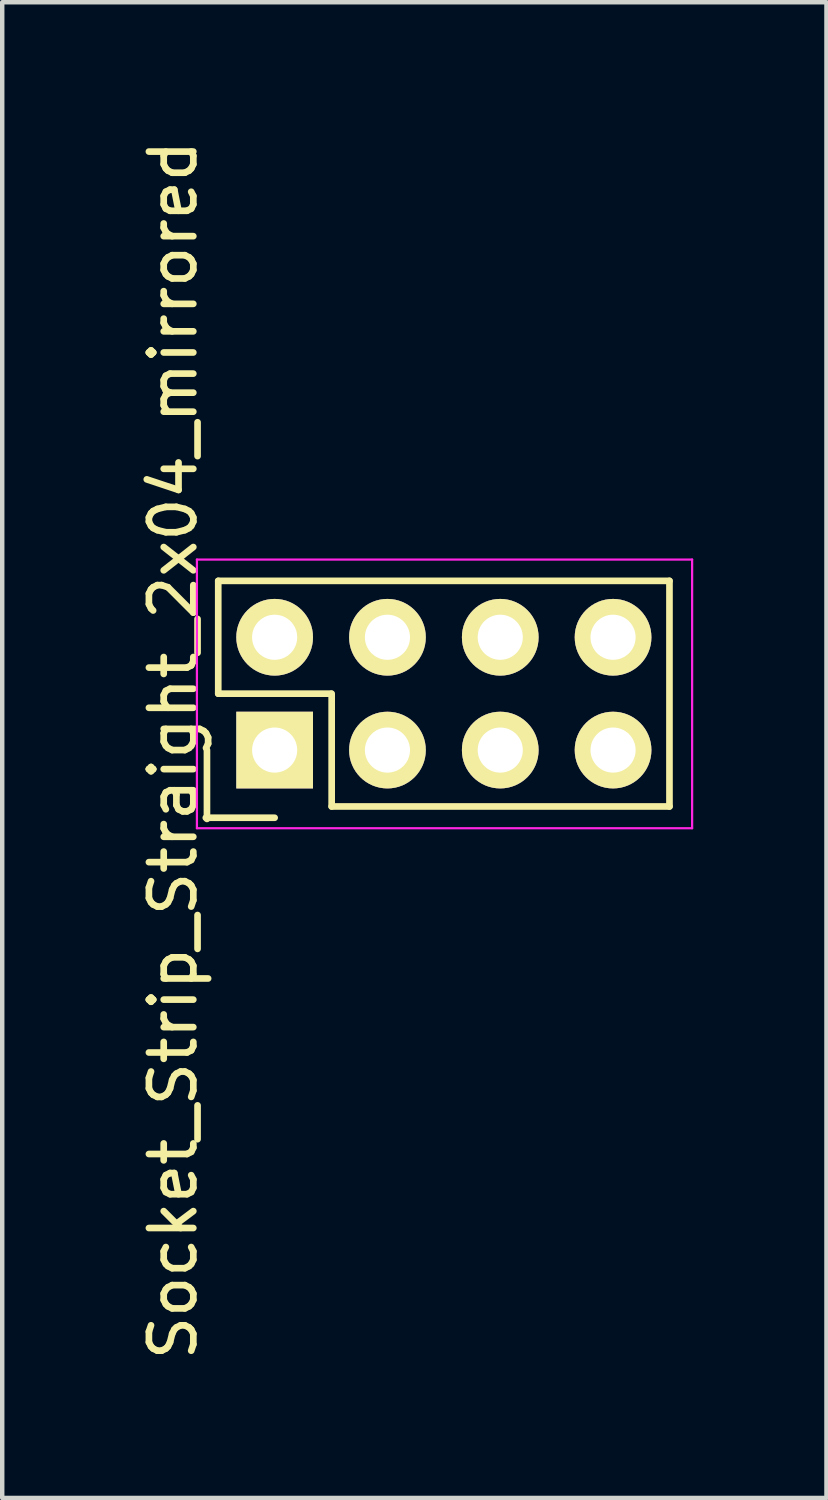
<source format=kicad_pcb>
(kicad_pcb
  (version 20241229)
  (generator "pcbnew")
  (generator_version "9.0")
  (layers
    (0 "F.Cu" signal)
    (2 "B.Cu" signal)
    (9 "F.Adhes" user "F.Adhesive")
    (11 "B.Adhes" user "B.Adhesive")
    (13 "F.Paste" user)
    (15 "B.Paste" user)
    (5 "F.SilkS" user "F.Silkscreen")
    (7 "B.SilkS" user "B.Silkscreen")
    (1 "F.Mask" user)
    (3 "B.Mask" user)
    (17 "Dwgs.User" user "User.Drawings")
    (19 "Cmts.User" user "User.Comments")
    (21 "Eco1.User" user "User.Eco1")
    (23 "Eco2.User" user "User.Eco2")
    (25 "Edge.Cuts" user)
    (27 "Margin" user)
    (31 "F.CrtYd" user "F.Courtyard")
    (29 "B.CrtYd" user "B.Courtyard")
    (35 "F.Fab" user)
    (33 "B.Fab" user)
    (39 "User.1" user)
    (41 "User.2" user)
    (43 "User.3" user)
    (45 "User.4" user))
  (footprint "Socket_Strip_Straight_2x04_mirrored"
    (layer "F.Cu")
    (at 3.134 11.299)
    (property "Reference" "Socket_Strip_Straight_2x04_mirrored" (at -2.286 2.54 270) (layer "F.SilkS") (effects (font (size 1 1) (thickness 0.15))))
    (attr through_hole)
    (fp_line (start -1.524 2.54) (end -1.524 4.09) (stroke (width 0.15) (type solid)) (layer "F.SilkS"))
    (fp_line (start -1.27 -1.27) (end 8.89 -1.27) (stroke (width 0.15) (type solid)) (layer "F.SilkS"))
    (fp_line (start -1.27 1.27) (end -1.27 -1.27) (stroke (width 0.15) (type solid)) (layer "F.SilkS"))
    (fp_line (start -1.27 1.27) (end 1.27 1.27) (stroke (width 0.15) (type solid)) (layer "F.SilkS"))
    (fp_line (start 0 4.064) (end -1.55 4.064) (stroke (width 0.15) (type solid)) (layer "F.SilkS"))
    (fp_line (start 1.284 3.81) (end 1.284 1.27) (stroke (width 0.15) (type solid)) (layer "F.SilkS"))
    (fp_line (start 8.89 -1.27) (end 8.89 3.81) (stroke (width 0.15) (type solid)) (layer "F.SilkS"))
    (fp_line (start 8.89 3.81) (end 1.284 3.81) (stroke (width 0.15) (type solid)) (layer "F.SilkS"))
    (fp_line (start -1.75 -1.75) (end -1.75 4.3) (stroke (width 0.05) (type solid)) (layer "F.CrtYd"))
    (fp_line (start -1.75 -1.75) (end 9.4 -1.75) (stroke (width 0.05) (type solid)) (layer "F.CrtYd"))
    (fp_line (start -1.75 4.3) (end 9.4 4.3) (stroke (width 0.05) (type solid)) (layer "F.CrtYd"))
    (fp_line (start 9.4 -1.75) (end 9.4 4.3) (stroke (width 0.05) (type solid)) (layer "F.CrtYd"))
    (pad "1" thru_hole rect (at 0 2.54) (size 1.727 1.727) (drill 1.016) (layers "*.Cu" "*.Mask" "F.SilkS"))
    (pad "2" thru_hole circle (at 0 0) (size 1.727 1.727) (drill 1.016) (layers "*.Cu" "*.Mask" "F.SilkS"))
    (pad "3" thru_hole oval (at 2.54 2.54) (size 1.727 1.727) (drill 1.016) (layers "*.Cu" "*.Mask" "F.SilkS"))
    (pad "4" thru_hole oval (at 2.54 0) (size 1.727 1.727) (drill 1.016) (layers "*.Cu" "*.Mask" "F.SilkS"))
    (pad "5" thru_hole oval (at 5.08 2.54) (size 1.727 1.727) (drill 1.016) (layers "*.Cu" "*.Mask" "F.SilkS"))
    (pad "6" thru_hole oval (at 5.08 0) (size 1.727 1.727) (drill 1.016) (layers "*.Cu" "*.Mask" "F.SilkS"))
    (pad "7" thru_hole oval (at 7.62 2.54) (size 1.727 1.727) (drill 1.016) (layers "*.Cu" "*.Mask" "F.SilkS"))
    (pad "8" thru_hole oval (at 7.62 0) (size 1.727 1.727) (drill 1.016) (layers "*.Cu" "*.Mask" "F.SilkS")))
  (gr_rect
    (start -3 -3)
    (end 15.559 30.679)
    (stroke (width 0.1) (type default))
    (fill no)
    (layer "Edge.Cuts")))
</source>
